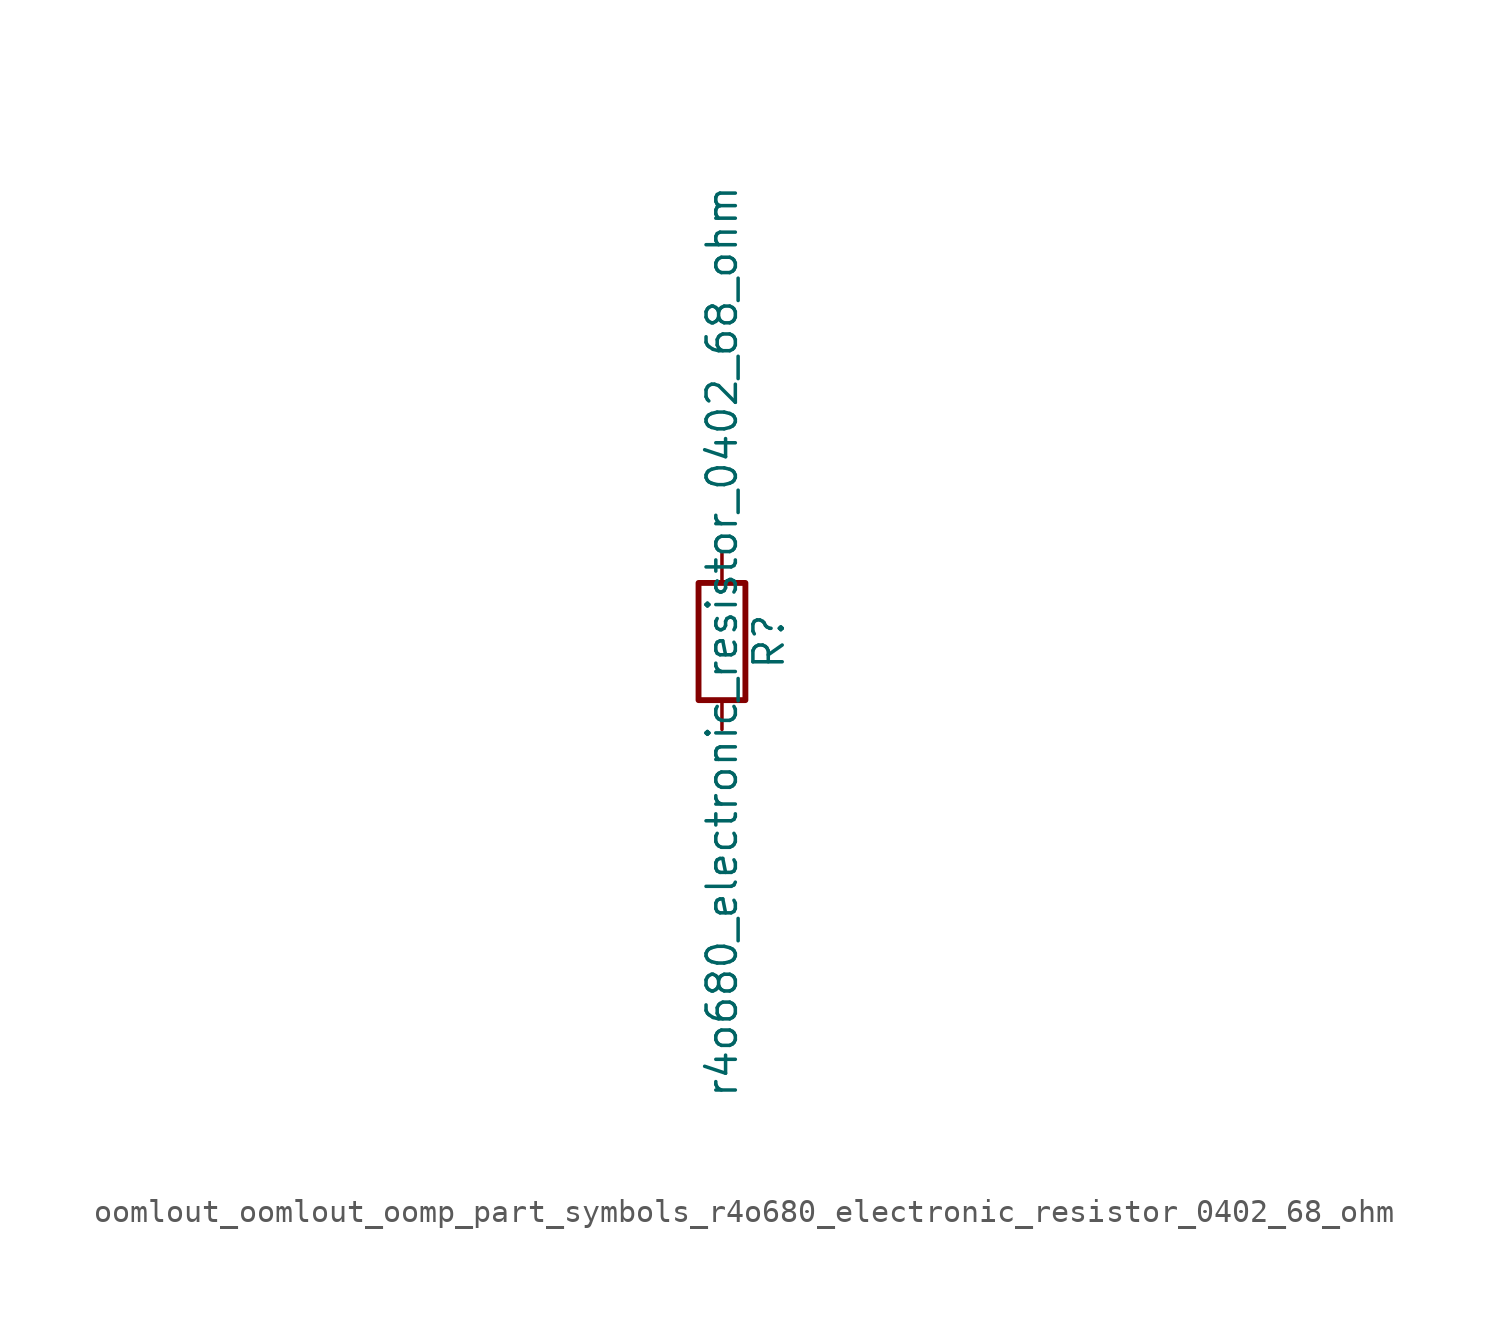
<source format=kicad_sym>
(kicad_symbol_lib
  (version 20220914)
  (generator kicad_symbol_editor)
  (symbol "oomlout_oomlout_oomp_part_symbols_r4o680_electronic_resistor_0402_68_ohm"
    (pin_numbers hide)
    (pin_names
      (offset 0))
    (property "Reference" "R"
      (at 2.032 0 90)
      (effects (font (size 1.27 1.27))))
    (property "Value" "r4o680_electronic_resistor_0402_68_ohm"
      (at 0 0 90)
      (effects (font (size 1.27 1.27))))
    (symbol "oomlout_oomlout_oomp_part_symbols_r4o680_electronic_resistor_0402_68_ohm_0_1"
      (rectangle (start -1.016 -2.54) (end 1.016 2.54) (stroke (width 0.254) (type default)) (fill (type none))))
    (symbol "oomlout_oomlout_oomp_part_symbols_r4o680_electronic_resistor_0402_68_ohm_1_1"
      (pin passive line (at 0 3.81 270) (length 1.27) (name "~" (effects (font (size 1.27 1.27)))) (number "1" (effects (font (size 1.27 1.27)))))
      (pin passive line (at 0 -3.81 90) (length 1.27) (name "~" (effects (font (size 1.27 1.27)))) (number "2" (effects (font (size 1.27 1.27))))))))
</source>
